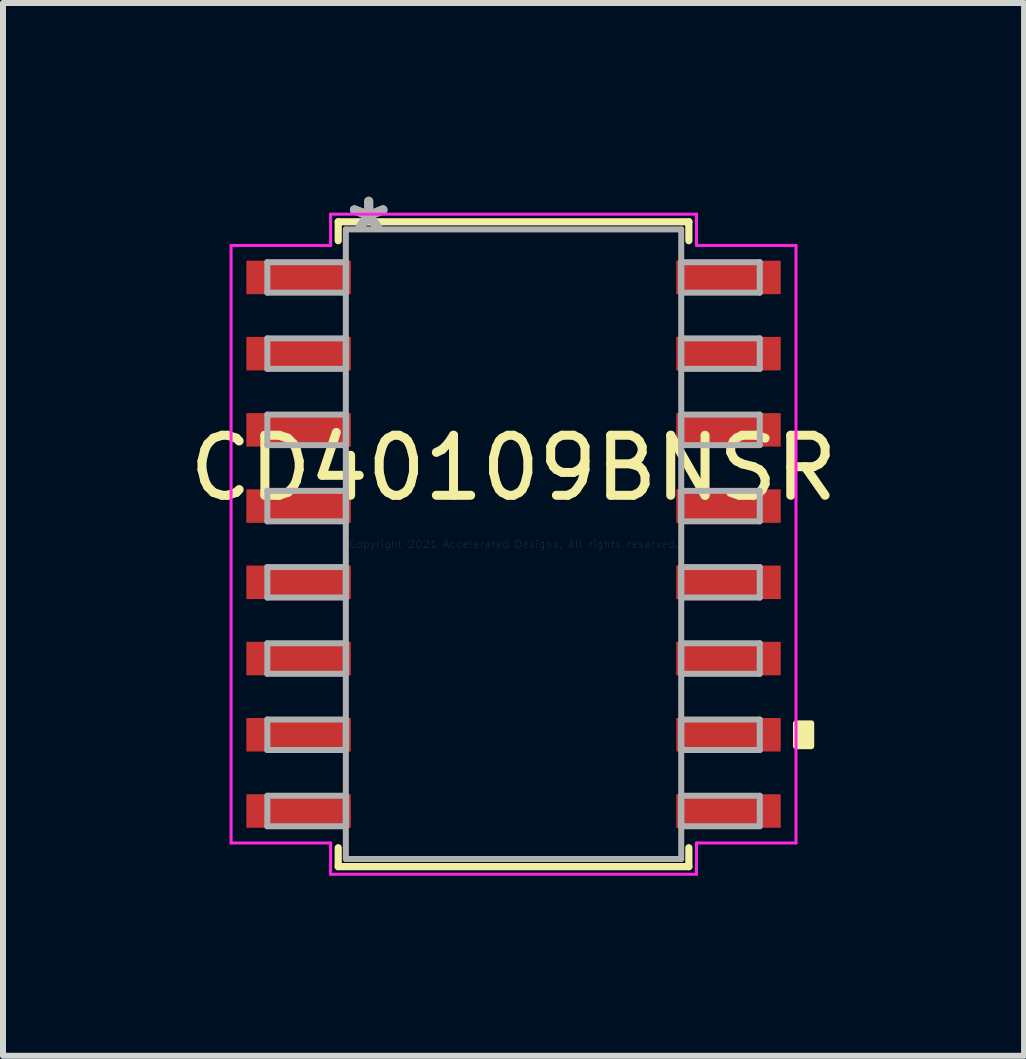
<source format=kicad_pcb>
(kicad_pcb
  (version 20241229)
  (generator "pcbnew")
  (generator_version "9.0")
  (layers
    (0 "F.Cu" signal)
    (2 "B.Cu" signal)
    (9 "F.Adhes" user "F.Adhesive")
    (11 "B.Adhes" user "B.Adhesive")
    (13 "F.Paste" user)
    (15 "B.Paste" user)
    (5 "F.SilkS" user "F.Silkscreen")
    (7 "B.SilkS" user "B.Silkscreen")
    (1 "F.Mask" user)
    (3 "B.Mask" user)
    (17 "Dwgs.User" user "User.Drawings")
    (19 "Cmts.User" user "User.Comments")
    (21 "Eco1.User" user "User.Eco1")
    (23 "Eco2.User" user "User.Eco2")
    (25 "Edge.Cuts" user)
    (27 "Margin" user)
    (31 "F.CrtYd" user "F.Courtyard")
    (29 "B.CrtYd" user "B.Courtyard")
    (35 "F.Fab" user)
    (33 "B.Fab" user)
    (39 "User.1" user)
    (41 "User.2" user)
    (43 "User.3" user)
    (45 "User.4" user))
  (footprint "CD40109BNSR"
    (layer "F.Cu")
    (at 5.506 6.017)
    (property "Reference" "CD40109BNSR" (at 0 -1.27 0) (layer "F.SilkS") (effects (font (size 1 1) (thickness 0.15))))
    (attr through_hole)
    (fp_line (start -2.921 -5.372) (end -2.921 -5.057) (stroke (width 0.12) (type solid)) (layer "F.SilkS"))
    (fp_line (start -2.921 5.057) (end -2.921 5.372) (stroke (width 0.12) (type solid)) (layer "F.SilkS"))
    (fp_line (start -2.921 5.372) (end 2.921 5.372) (stroke (width 0.12) (type solid)) (layer "F.SilkS"))
    (fp_line (start 2.921 -5.372) (end -2.921 -5.372) (stroke (width 0.12) (type solid)) (layer "F.SilkS"))
    (fp_line (start 2.921 -5.057) (end 2.921 -5.372) (stroke (width 0.12) (type solid)) (layer "F.SilkS"))
    (fp_line (start 2.921 5.372) (end 2.921 5.057) (stroke (width 0.12) (type solid)) (layer "F.SilkS"))
    (fp_poly (pts (xy 4.96 2.985) (xy 4.96 3.365) (xy 4.706 3.365) (xy 4.706 2.985)) (stroke (width 0.1) (type solid)) (fill yes) (layer "F.SilkS"))
    (fp_line (start -4.706 -4.978) (end -3.048 -4.978) (stroke (width 0.05) (type solid)) (layer "F.CrtYd"))
    (fp_line (start -4.706 4.978) (end -4.706 -4.978) (stroke (width 0.05) (type solid)) (layer "F.CrtYd"))
    (fp_line (start -3.048 -5.499) (end 3.048 -5.499) (stroke (width 0.05) (type solid)) (layer "F.CrtYd"))
    (fp_line (start -3.048 -4.978) (end -3.048 -5.499) (stroke (width 0.05) (type solid)) (layer "F.CrtYd"))
    (fp_line (start -3.048 4.978) (end -4.706 4.978) (stroke (width 0.05) (type solid)) (layer "F.CrtYd"))
    (fp_line (start -3.048 5.499) (end -3.048 4.978) (stroke (width 0.05) (type solid)) (layer "F.CrtYd"))
    (fp_line (start 3.048 -5.499) (end 3.048 -4.978) (stroke (width 0.05) (type solid)) (layer "F.CrtYd"))
    (fp_line (start 3.048 -4.978) (end 4.706 -4.978) (stroke (width 0.05) (type solid)) (layer "F.CrtYd"))
    (fp_line (start 3.048 4.978) (end 3.048 5.499) (stroke (width 0.05) (type solid)) (layer "F.CrtYd"))
    (fp_line (start 3.048 5.499) (end -3.048 5.499) (stroke (width 0.05) (type solid)) (layer "F.CrtYd"))
    (fp_line (start 4.706 -4.978) (end 4.706 4.978) (stroke (width 0.05) (type solid)) (layer "F.CrtYd"))
    (fp_line (start 4.706 4.978) (end 3.048 4.978) (stroke (width 0.05) (type solid)) (layer "F.CrtYd"))
    (fp_line (start -4.102 -4.699) (end -4.102 -4.191) (stroke (width 0.1) (type solid)) (layer "F.Fab"))
    (fp_line (start -4.102 -4.191) (end -2.794 -4.191) (stroke (width 0.1) (type solid)) (layer "F.Fab"))
    (fp_line (start -4.102 -3.429) (end -4.102 -2.921) (stroke (width 0.1) (type solid)) (layer "F.Fab"))
    (fp_line (start -4.102 -2.921) (end -2.794 -2.921) (stroke (width 0.1) (type solid)) (layer "F.Fab"))
    (fp_line (start -4.102 -2.159) (end -4.102 -1.651) (stroke (width 0.1) (type solid)) (layer "F.Fab"))
    (fp_line (start -4.102 -1.651) (end -2.794 -1.651) (stroke (width 0.1) (type solid)) (layer "F.Fab"))
    (fp_line (start -4.102 -0.889) (end -4.102 -0.381) (stroke (width 0.1) (type solid)) (layer "F.Fab"))
    (fp_line (start -4.102 -0.381) (end -2.794 -0.381) (stroke (width 0.1) (type solid)) (layer "F.Fab"))
    (fp_line (start -4.102 0.381) (end -4.102 0.889) (stroke (width 0.1) (type solid)) (layer "F.Fab"))
    (fp_line (start -4.102 0.889) (end -2.794 0.889) (stroke (width 0.1) (type solid)) (layer "F.Fab"))
    (fp_line (start -4.102 1.651) (end -4.102 2.159) (stroke (width 0.1) (type solid)) (layer "F.Fab"))
    (fp_line (start -4.102 2.159) (end -2.794 2.159) (stroke (width 0.1) (type solid)) (layer "F.Fab"))
    (fp_line (start -4.102 2.921) (end -4.102 3.429) (stroke (width 0.1) (type solid)) (layer "F.Fab"))
    (fp_line (start -4.102 3.429) (end -2.794 3.429) (stroke (width 0.1) (type solid)) (layer "F.Fab"))
    (fp_line (start -4.102 4.191) (end -4.102 4.699) (stroke (width 0.1) (type solid)) (layer "F.Fab"))
    (fp_line (start -4.102 4.699) (end -2.794 4.699) (stroke (width 0.1) (type solid)) (layer "F.Fab"))
    (fp_line (start -2.794 -5.245) (end -2.794 5.245) (stroke (width 0.1) (type solid)) (layer "F.Fab"))
    (fp_line (start -2.794 -4.699) (end -4.102 -4.699) (stroke (width 0.1) (type solid)) (layer "F.Fab"))
    (fp_line (start -2.794 -4.191) (end -2.794 -4.699) (stroke (width 0.1) (type solid)) (layer "F.Fab"))
    (fp_line (start -2.794 -3.429) (end -4.102 -3.429) (stroke (width 0.1) (type solid)) (layer "F.Fab"))
    (fp_line (start -2.794 -2.921) (end -2.794 -3.429) (stroke (width 0.1) (type solid)) (layer "F.Fab"))
    (fp_line (start -2.794 -2.159) (end -4.102 -2.159) (stroke (width 0.1) (type solid)) (layer "F.Fab"))
    (fp_line (start -2.794 -1.651) (end -2.794 -2.159) (stroke (width 0.1) (type solid)) (layer "F.Fab"))
    (fp_line (start -2.794 -0.889) (end -4.102 -0.889) (stroke (width 0.1) (type solid)) (layer "F.Fab"))
    (fp_line (start -2.794 -0.381) (end -2.794 -0.889) (stroke (width 0.1) (type solid)) (layer "F.Fab"))
    (fp_line (start -2.794 0.381) (end -4.102 0.381) (stroke (width 0.1) (type solid)) (layer "F.Fab"))
    (fp_line (start -2.794 0.889) (end -2.794 0.381) (stroke (width 0.1) (type solid)) (layer "F.Fab"))
    (fp_line (start -2.794 1.651) (end -4.102 1.651) (stroke (width 0.1) (type solid)) (layer "F.Fab"))
    (fp_line (start -2.794 2.159) (end -2.794 1.651) (stroke (width 0.1) (type solid)) (layer "F.Fab"))
    (fp_line (start -2.794 2.921) (end -4.102 2.921) (stroke (width 0.1) (type solid)) (layer "F.Fab"))
    (fp_line (start -2.794 3.429) (end -2.794 2.921) (stroke (width 0.1) (type solid)) (layer "F.Fab"))
    (fp_line (start -2.794 4.191) (end -4.102 4.191) (stroke (width 0.1) (type solid)) (layer "F.Fab"))
    (fp_line (start -2.794 4.699) (end -2.794 4.191) (stroke (width 0.1) (type solid)) (layer "F.Fab"))
    (fp_line (start -2.794 5.245) (end 2.794 5.245) (stroke (width 0.1) (type solid)) (layer "F.Fab"))
    (fp_line (start 2.794 -5.245) (end -2.794 -5.245) (stroke (width 0.1) (type solid)) (layer "F.Fab"))
    (fp_line (start 2.794 -4.699) (end 2.794 -4.191) (stroke (width 0.1) (type solid)) (layer "F.Fab"))
    (fp_line (start 2.794 -4.191) (end 4.102 -4.191) (stroke (width 0.1) (type solid)) (layer "F.Fab"))
    (fp_line (start 2.794 -3.429) (end 2.794 -2.921) (stroke (width 0.1) (type solid)) (layer "F.Fab"))
    (fp_line (start 2.794 -2.921) (end 4.102 -2.921) (stroke (width 0.1) (type solid)) (layer "F.Fab"))
    (fp_line (start 2.794 -2.159) (end 2.794 -1.651) (stroke (width 0.1) (type solid)) (layer "F.Fab"))
    (fp_line (start 2.794 -1.651) (end 4.102 -1.651) (stroke (width 0.1) (type solid)) (layer "F.Fab"))
    (fp_line (start 2.794 -0.889) (end 2.794 -0.381) (stroke (width 0.1) (type solid)) (layer "F.Fab"))
    (fp_line (start 2.794 -0.381) (end 4.102 -0.381) (stroke (width 0.1) (type solid)) (layer "F.Fab"))
    (fp_line (start 2.794 0.381) (end 2.794 0.889) (stroke (width 0.1) (type solid)) (layer "F.Fab"))
    (fp_line (start 2.794 0.889) (end 4.102 0.889) (stroke (width 0.1) (type solid)) (layer "F.Fab"))
    (fp_line (start 2.794 1.651) (end 2.794 2.159) (stroke (width 0.1) (type solid)) (layer "F.Fab"))
    (fp_line (start 2.794 2.159) (end 4.102 2.159) (stroke (width 0.1) (type solid)) (layer "F.Fab"))
    (fp_line (start 2.794 2.921) (end 2.794 3.429) (stroke (width 0.1) (type solid)) (layer "F.Fab"))
    (fp_line (start 2.794 3.429) (end 4.102 3.429) (stroke (width 0.1) (type solid)) (layer "F.Fab"))
    (fp_line (start 2.794 4.191) (end 2.794 4.699) (stroke (width 0.1) (type solid)) (layer "F.Fab"))
    (fp_line (start 2.794 4.699) (end 4.102 4.699) (stroke (width 0.1) (type solid)) (layer "F.Fab"))
    (fp_line (start 2.794 5.245) (end 2.794 -5.245) (stroke (width 0.1) (type solid)) (layer "F.Fab"))
    (fp_line (start 4.102 -4.699) (end 2.794 -4.699) (stroke (width 0.1) (type solid)) (layer "F.Fab"))
    (fp_line (start 4.102 -4.191) (end 4.102 -4.699) (stroke (width 0.1) (type solid)) (layer "F.Fab"))
    (fp_line (start 4.102 -3.429) (end 2.794 -3.429) (stroke (width 0.1) (type solid)) (layer "F.Fab"))
    (fp_line (start 4.102 -2.921) (end 4.102 -3.429) (stroke (width 0.1) (type solid)) (layer "F.Fab"))
    (fp_line (start 4.102 -2.159) (end 2.794 -2.159) (stroke (width 0.1) (type solid)) (layer "F.Fab"))
    (fp_line (start 4.102 -1.651) (end 4.102 -2.159) (stroke (width 0.1) (type solid)) (layer "F.Fab"))
    (fp_line (start 4.102 -0.889) (end 2.794 -0.889) (stroke (width 0.1) (type solid)) (layer "F.Fab"))
    (fp_line (start 4.102 -0.381) (end 4.102 -0.889) (stroke (width 0.1) (type solid)) (layer "F.Fab"))
    (fp_line (start 4.102 0.381) (end 2.794 0.381) (stroke (width 0.1) (type solid)) (layer "F.Fab"))
    (fp_line (start 4.102 0.889) (end 4.102 0.381) (stroke (width 0.1) (type solid)) (layer "F.Fab"))
    (fp_line (start 4.102 1.651) (end 2.794 1.651) (stroke (width 0.1) (type solid)) (layer "F.Fab"))
    (fp_line (start 4.102 2.159) (end 4.102 1.651) (stroke (width 0.1) (type solid)) (layer "F.Fab"))
    (fp_line (start 4.102 2.921) (end 2.794 2.921) (stroke (width 0.1) (type solid)) (layer "F.Fab"))
    (fp_line (start 4.102 3.429) (end 4.102 2.921) (stroke (width 0.1) (type solid)) (layer "F.Fab"))
    (fp_line (start 4.102 4.191) (end 2.794 4.191) (stroke (width 0.1) (type solid)) (layer "F.Fab"))
    (fp_line (start 4.102 4.699) (end 4.102 4.191) (stroke (width 0.1) (type solid)) (layer "F.Fab"))
    (fp_text user "Copyright 2021 Accelerated Designs. All rights reserved." (at 0 0 0) (layer "Cmts.User") (effects (font (size 0.127 0.127) (thickness 0.002))))
    (fp_text user "*" (at -2.413 -5.169 0) (layer "F.Fab") (effects (font (size 1 1) (thickness 0.15))))
    (fp_text user "*" (at -2.413 -5.169 0) (layer "F.Fab") (effects (font (size 1 1) (thickness 0.15))))
    (pad "1" smd rect (at -3.581 -4.445) (size 1.741 0.558) (layers "F.Cu" "F.Mask" "F.Paste"))
    (pad "2" smd rect (at -3.581 -3.175) (size 1.741 0.558) (layers "F.Cu" "F.Mask" "F.Paste"))
    (pad "3" smd rect (at -3.581 -1.905) (size 1.741 0.558) (layers "F.Cu" "F.Mask" "F.Paste"))
    (pad "4" smd rect (at -3.581 -0.635) (size 1.741 0.558) (layers "F.Cu" "F.Mask" "F.Paste"))
    (pad "5" smd rect (at -3.581 0.635) (size 1.741 0.558) (layers "F.Cu" "F.Mask" "F.Paste"))
    (pad "6" smd rect (at -3.581 1.905) (size 1.741 0.558) (layers "F.Cu" "F.Mask" "F.Paste"))
    (pad "7" smd rect (at -3.581 3.175) (size 1.741 0.558) (layers "F.Cu" "F.Mask" "F.Paste"))
    (pad "8" smd rect (at -3.581 4.445) (size 1.741 0.558) (layers "F.Cu" "F.Mask" "F.Paste"))
    (pad "9" smd rect (at 3.581 4.445) (size 1.741 0.558) (layers "F.Cu" "F.Mask" "F.Paste"))
    (pad "10" smd rect (at 3.581 3.175) (size 1.741 0.558) (layers "F.Cu" "F.Mask" "F.Paste"))
    (pad "11" smd rect (at 3.581 1.905) (size 1.741 0.558) (layers "F.Cu" "F.Mask" "F.Paste"))
    (pad "12" smd rect (at 3.581 0.635) (size 1.741 0.558) (layers "F.Cu" "F.Mask" "F.Paste"))
    (pad "13" smd rect (at 3.581 -0.635) (size 1.741 0.558) (layers "F.Cu" "F.Mask" "F.Paste"))
    (pad "14" smd rect (at 3.581 -1.905) (size 1.741 0.558) (layers "F.Cu" "F.Mask" "F.Paste"))
    (pad "15" smd rect (at 3.581 -3.175) (size 1.741 0.558) (layers "F.Cu" "F.Mask" "F.Paste"))
    (pad "16" smd rect (at 3.581 -4.445) (size 1.741 0.558) (layers "F.Cu" "F.Mask" "F.Paste")))
  (gr_rect
    (start -3 -3)
    (end 14.012 14.541)
    (stroke (width 0.1) (type default))
    (fill no)
    (layer "Edge.Cuts")))
</source>
